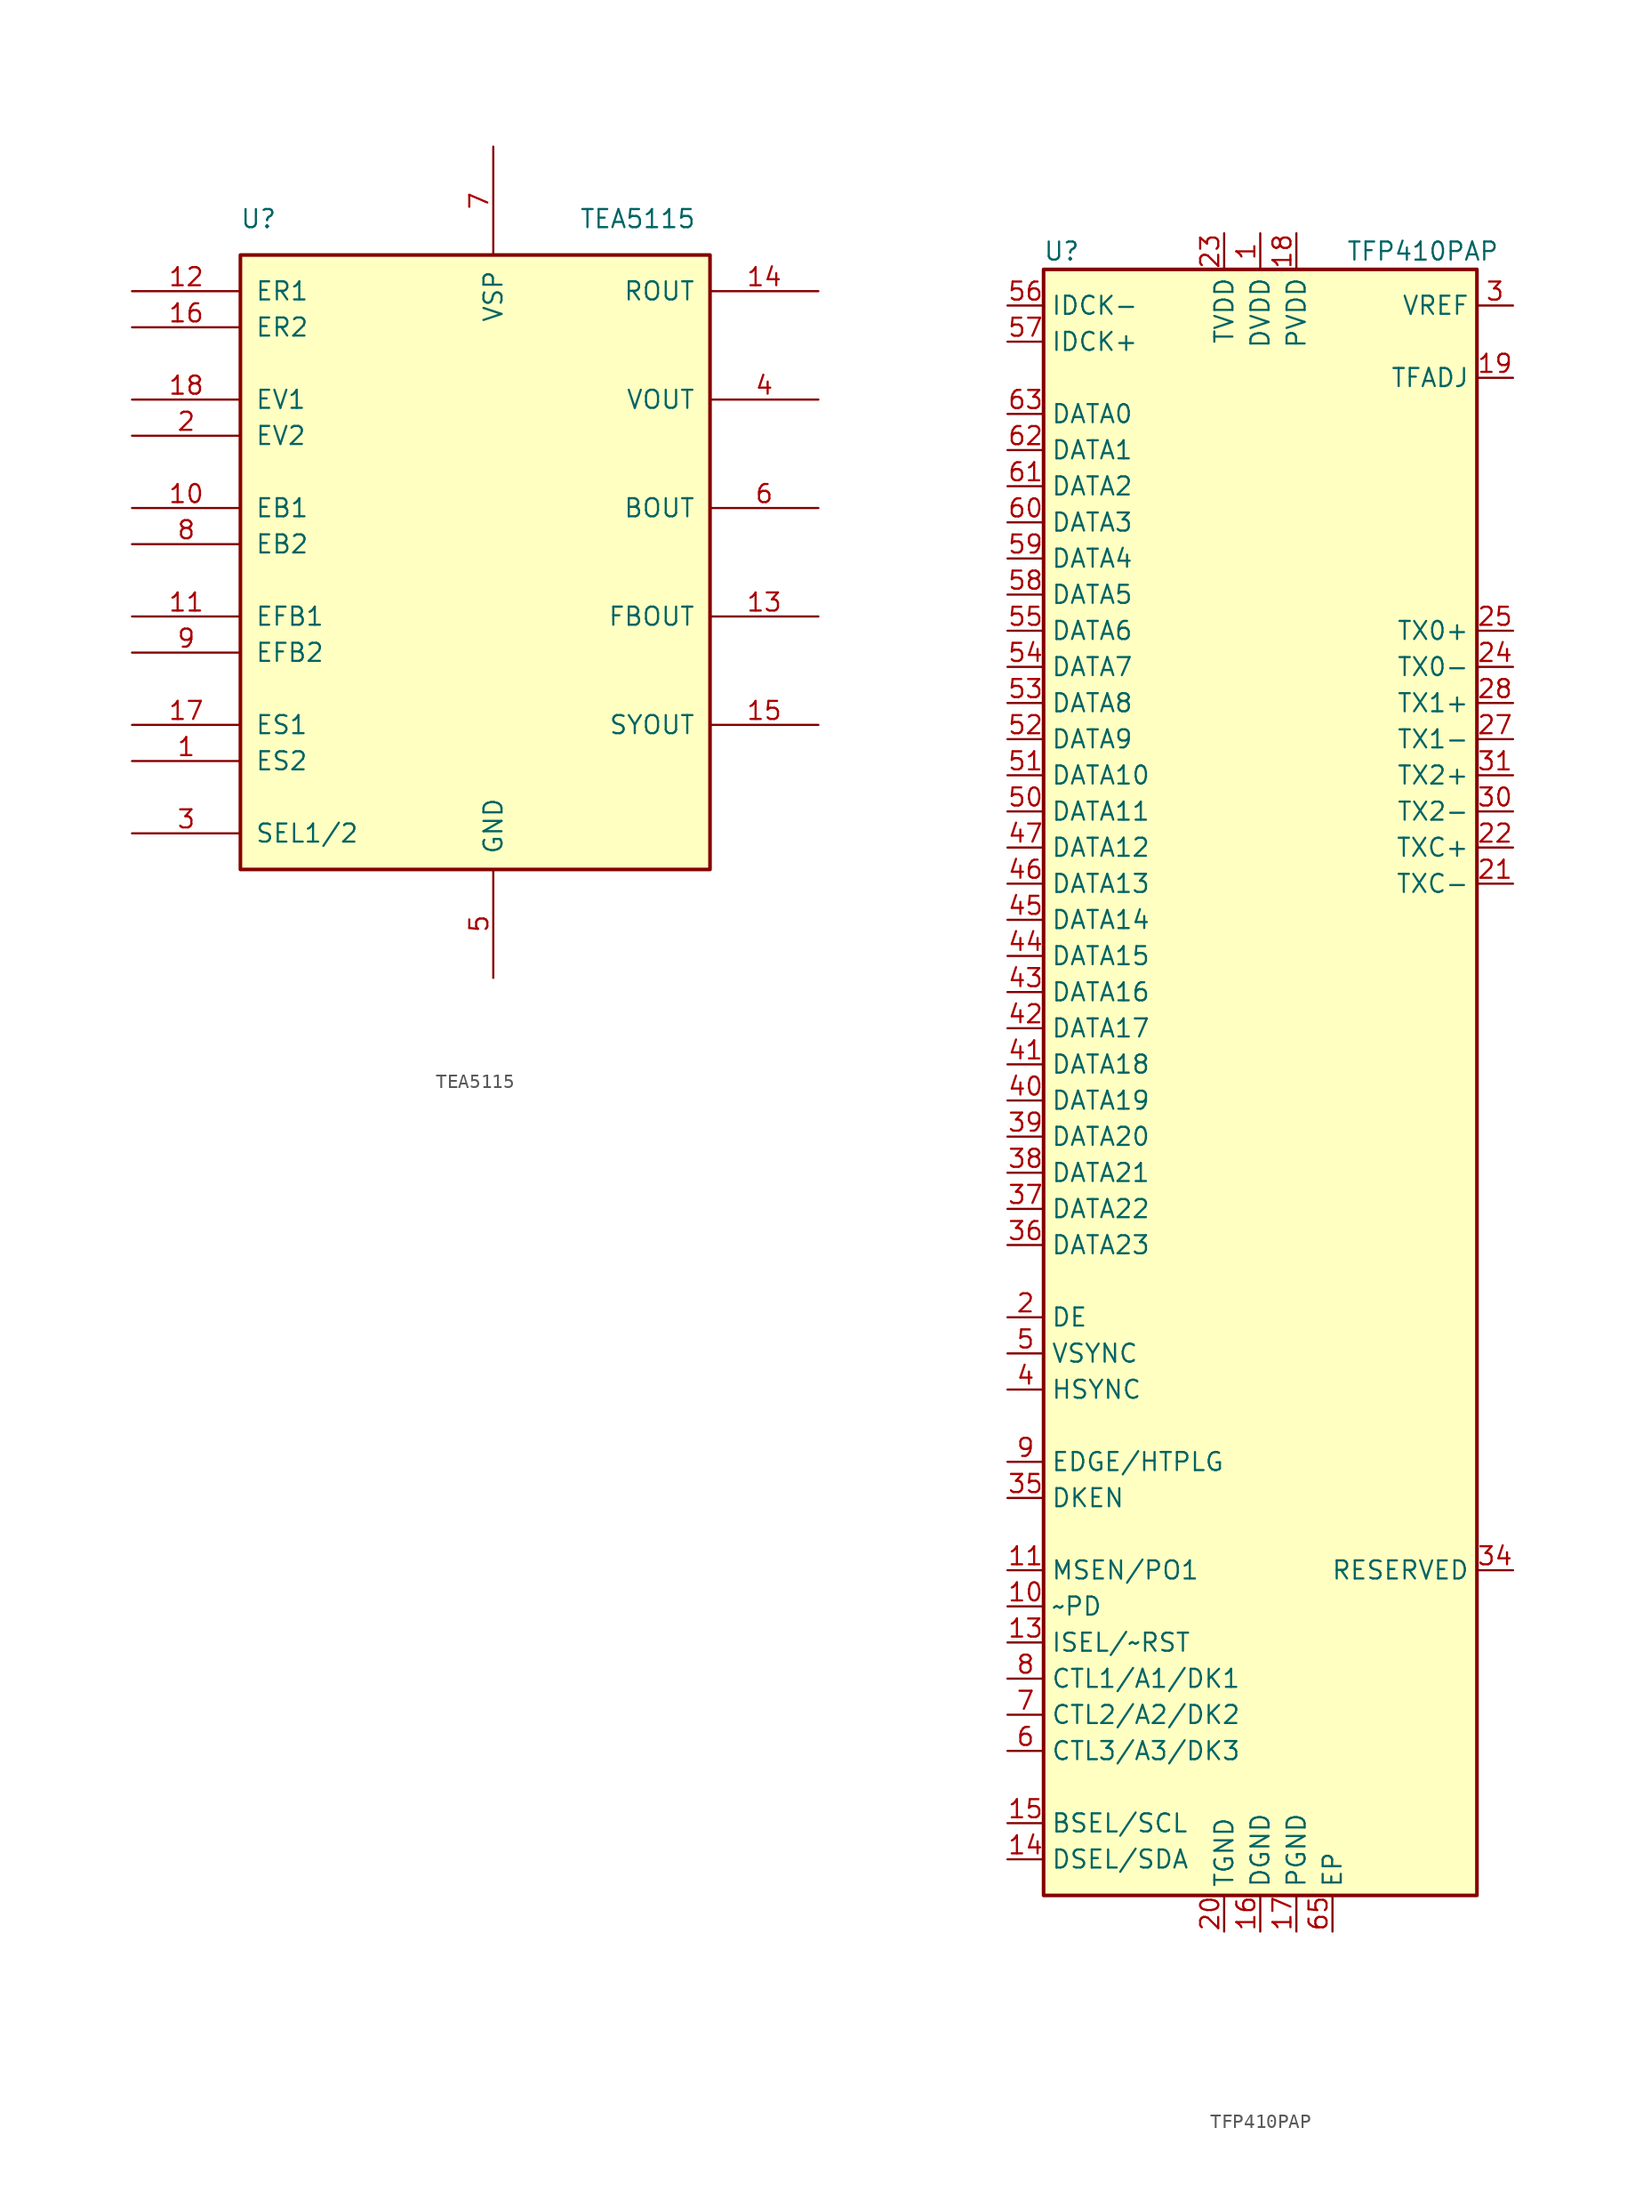
<source format=kicad_sym>
(kicad_symbol_lib
  (version 20210619)
  (generator kicad_symbol_editor)
  (symbol "Video:TEA5115"
    (pin_names
      (offset 1.016))
    (property "Reference" "U"
      (at -16.51 22.86 0)
      (effects (font (size 1.27 1.27))))
    (property "Value" "TEA5115"
      (at 10.16 22.86 0)
      (effects (font (size 1.27 1.27))))
    (symbol "TEA5115_0_1"
      (rectangle (start -17.78 -22.86) (end 15.24 20.32) (stroke (width 0.254)) (fill (type background))))
    (symbol "TEA5115_1_1"
      (pin input line (at -25.4 -15.24 0) (length 7.62) (name "ES2" (effects (font (size 1.27 1.27)))) (number "1" (effects (font (size 1.27 1.27)))))
      (pin input line (at -25.4 2.54 0) (length 7.62) (name "EB1" (effects (font (size 1.27 1.27)))) (number "10" (effects (font (size 1.27 1.27)))))
      (pin input line (at -25.4 -5.08 0) (length 7.62) (name "EFB1" (effects (font (size 1.27 1.27)))) (number "11" (effects (font (size 1.27 1.27)))))
      (pin input line (at -25.4 17.78 0) (length 7.62) (name "ER1" (effects (font (size 1.27 1.27)))) (number "12" (effects (font (size 1.27 1.27)))))
      (pin output line (at 22.86 -5.08 180) (length 7.62) (name "FBOUT" (effects (font (size 1.27 1.27)))) (number "13" (effects (font (size 1.27 1.27)))))
      (pin output line (at 22.86 17.78 180) (length 7.62) (name "ROUT" (effects (font (size 1.27 1.27)))) (number "14" (effects (font (size 1.27 1.27)))))
      (pin output line (at 22.86 -12.7 180) (length 7.62) (name "SYOUT" (effects (font (size 1.27 1.27)))) (number "15" (effects (font (size 1.27 1.27)))))
      (pin input line (at -25.4 15.24 0) (length 7.62) (name "ER2" (effects (font (size 1.27 1.27)))) (number "16" (effects (font (size 1.27 1.27)))))
      (pin input line (at -25.4 -12.7 0) (length 7.62) (name "ES1" (effects (font (size 1.27 1.27)))) (number "17" (effects (font (size 1.27 1.27)))))
      (pin input line (at -25.4 10.16 0) (length 7.62) (name "EV1" (effects (font (size 1.27 1.27)))) (number "18" (effects (font (size 1.27 1.27)))))
      (pin input line (at -25.4 7.62 0) (length 7.62) (name "EV2" (effects (font (size 1.27 1.27)))) (number "2" (effects (font (size 1.27 1.27)))))
      (pin input line (at -25.4 -20.32 0) (length 7.62) (name "SEL1/2" (effects (font (size 1.27 1.27)))) (number "3" (effects (font (size 1.27 1.27)))))
      (pin output line (at 22.86 10.16 180) (length 7.62) (name "VOUT" (effects (font (size 1.27 1.27)))) (number "4" (effects (font (size 1.27 1.27)))))
      (pin power_in line (at 0 -30.48 90) (length 7.62) (name "GND" (effects (font (size 1.27 1.27)))) (number "5" (effects (font (size 1.27 1.27)))))
      (pin output line (at 22.86 2.54 180) (length 7.62) (name "BOUT" (effects (font (size 1.27 1.27)))) (number "6" (effects (font (size 1.27 1.27)))))
      (pin input line (at 0 27.94 270) (length 7.62) (name "VSP" (effects (font (size 1.27 1.27)))) (number "7" (effects (font (size 1.27 1.27)))))
      (pin input line (at -25.4 0 0) (length 7.62) (name "EB2" (effects (font (size 1.27 1.27)))) (number "8" (effects (font (size 1.27 1.27)))))
      (pin input line (at -25.4 -7.62 0) (length 7.62) (name "EFB2" (effects (font (size 1.27 1.27)))) (number "9" (effects (font (size 1.27 1.27)))))))
  (symbol "Video:TFP410PAP"
    (property "Reference" "U"
      (at -13.97 57.15 0)
      (effects (font (size 1.27 1.27))))
    (property "Value" "TFP410PAP"
      (at 11.43 57.15 0)
      (effects (font (size 1.27 1.27))))
    (symbol "TFP410PAP_0_1"
      (rectangle (start -15.24 55.88) (end 15.24 -58.42) (stroke (width 0.254)) (fill (type background))))
    (symbol "TFP410PAP_1_1"
      (pin power_in line (at 0 58.42 270) (length 2.54) (name "DVDD" (effects (font (size 1.27 1.27)))) (number "1" (effects (font (size 1.27 1.27)))))
      (pin input line (at -17.78 -38.1 0) (length 2.54) (name "~PD" (effects (font (size 1.27 1.27)))) (number "10" (effects (font (size 1.27 1.27)))))
      (pin output line (at -17.78 -35.56 0) (length 2.54) (name "MSEN/PO1" (effects (font (size 1.27 1.27)))) (number "11" (effects (font (size 1.27 1.27)))))
      (pin passive line (at 0 58.42 270) (length 2.54) hide (name "DVDD" (effects (font (size 1.27 1.27)))) (number "12" (effects (font (size 1.27 1.27)))))
      (pin input line (at -17.78 -40.64 0) (length 2.54) (name "ISEL/~RST" (effects (font (size 1.27 1.27)))) (number "13" (effects (font (size 1.27 1.27)))))
      (pin bidirectional line (at -17.78 -55.88 0) (length 2.54) (name "DSEL/SDA" (effects (font (size 1.27 1.27)))) (number "14" (effects (font (size 1.27 1.27)))))
      (pin input line (at -17.78 -53.34 0) (length 2.54) (name "BSEL/SCL" (effects (font (size 1.27 1.27)))) (number "15" (effects (font (size 1.27 1.27)))))
      (pin power_in line (at 0 -60.96 90) (length 2.54) (name "DGND" (effects (font (size 1.27 1.27)))) (number "16" (effects (font (size 1.27 1.27)))))
      (pin power_in line (at 2.54 -60.96 90) (length 2.54) (name "PGND" (effects (font (size 1.27 1.27)))) (number "17" (effects (font (size 1.27 1.27)))))
      (pin power_in line (at 2.54 58.42 270) (length 2.54) (name "PVDD" (effects (font (size 1.27 1.27)))) (number "18" (effects (font (size 1.27 1.27)))))
      (pin input line (at 17.78 48.26 180) (length 2.54) (name "TFADJ" (effects (font (size 1.27 1.27)))) (number "19" (effects (font (size 1.27 1.27)))))
      (pin input line (at -17.78 -17.78 0) (length 2.54) (name "DE" (effects (font (size 1.27 1.27)))) (number "2" (effects (font (size 1.27 1.27)))))
      (pin power_in line (at -2.54 -60.96 90) (length 2.54) (name "TGND" (effects (font (size 1.27 1.27)))) (number "20" (effects (font (size 1.27 1.27)))))
      (pin output line (at 17.78 12.7 180) (length 2.54) (name "TXC-" (effects (font (size 1.27 1.27)))) (number "21" (effects (font (size 1.27 1.27)))))
      (pin output line (at 17.78 15.24 180) (length 2.54) (name "TXC+" (effects (font (size 1.27 1.27)))) (number "22" (effects (font (size 1.27 1.27)))))
      (pin power_in line (at -2.54 58.42 270) (length 2.54) (name "TVDD" (effects (font (size 1.27 1.27)))) (number "23" (effects (font (size 1.27 1.27)))))
      (pin output line (at 17.78 27.94 180) (length 2.54) (name "TX0-" (effects (font (size 1.27 1.27)))) (number "24" (effects (font (size 1.27 1.27)))))
      (pin output line (at 17.78 30.48 180) (length 2.54) (name "TX0+" (effects (font (size 1.27 1.27)))) (number "25" (effects (font (size 1.27 1.27)))))
      (pin passive line (at -2.54 -60.96 90) (length 2.54) hide (name "TGND" (effects (font (size 1.27 1.27)))) (number "26" (effects (font (size 1.27 1.27)))))
      (pin output line (at 17.78 22.86 180) (length 2.54) (name "TX1-" (effects (font (size 1.27 1.27)))) (number "27" (effects (font (size 1.27 1.27)))))
      (pin output line (at 17.78 25.4 180) (length 2.54) (name "TX1+" (effects (font (size 1.27 1.27)))) (number "28" (effects (font (size 1.27 1.27)))))
      (pin passive line (at -2.54 58.42 270) (length 2.54) hide (name "TVDD" (effects (font (size 1.27 1.27)))) (number "29" (effects (font (size 1.27 1.27)))))
      (pin input line (at 17.78 53.34 180) (length 2.54) (name "VREF" (effects (font (size 1.27 1.27)))) (number "3" (effects (font (size 1.27 1.27)))))
      (pin output line (at 17.78 17.78 180) (length 2.54) (name "TX2-" (effects (font (size 1.27 1.27)))) (number "30" (effects (font (size 1.27 1.27)))))
      (pin output line (at 17.78 20.32 180) (length 2.54) (name "TX2+" (effects (font (size 1.27 1.27)))) (number "31" (effects (font (size 1.27 1.27)))))
      (pin passive line (at -2.54 -60.96 90) (length 2.54) hide (name "TGND" (effects (font (size 1.27 1.27)))) (number "32" (effects (font (size 1.27 1.27)))))
      (pin passive line (at 0 58.42 270) (length 2.54) hide (name "DVDD" (effects (font (size 1.27 1.27)))) (number "33" (effects (font (size 1.27 1.27)))))
      (pin input line (at 17.78 -35.56 180) (length 2.54) (name "RESERVED" (effects (font (size 1.27 1.27)))) (number "34" (effects (font (size 1.27 1.27)))))
      (pin input line (at -17.78 -30.48 0) (length 2.54) (name "DKEN" (effects (font (size 1.27 1.27)))) (number "35" (effects (font (size 1.27 1.27)))))
      (pin input line (at -17.78 -12.7 0) (length 2.54) (name "DATA23" (effects (font (size 1.27 1.27)))) (number "36" (effects (font (size 1.27 1.27)))))
      (pin input line (at -17.78 -10.16 0) (length 2.54) (name "DATA22" (effects (font (size 1.27 1.27)))) (number "37" (effects (font (size 1.27 1.27)))))
      (pin input line (at -17.78 -7.62 0) (length 2.54) (name "DATA21" (effects (font (size 1.27 1.27)))) (number "38" (effects (font (size 1.27 1.27)))))
      (pin input line (at -17.78 -5.08 0) (length 2.54) (name "DATA20" (effects (font (size 1.27 1.27)))) (number "39" (effects (font (size 1.27 1.27)))))
      (pin input line (at -17.78 -22.86 0) (length 2.54) (name "HSYNC" (effects (font (size 1.27 1.27)))) (number "4" (effects (font (size 1.27 1.27)))))
      (pin input line (at -17.78 -2.54 0) (length 2.54) (name "DATA19" (effects (font (size 1.27 1.27)))) (number "40" (effects (font (size 1.27 1.27)))))
      (pin input line (at -17.78 0 0) (length 2.54) (name "DATA18" (effects (font (size 1.27 1.27)))) (number "41" (effects (font (size 1.27 1.27)))))
      (pin input line (at -17.78 2.54 0) (length 2.54) (name "DATA17" (effects (font (size 1.27 1.27)))) (number "42" (effects (font (size 1.27 1.27)))))
      (pin input line (at -17.78 5.08 0) (length 2.54) (name "DATA16" (effects (font (size 1.27 1.27)))) (number "43" (effects (font (size 1.27 1.27)))))
      (pin input line (at -17.78 7.62 0) (length 2.54) (name "DATA15" (effects (font (size 1.27 1.27)))) (number "44" (effects (font (size 1.27 1.27)))))
      (pin input line (at -17.78 10.16 0) (length 2.54) (name "DATA14" (effects (font (size 1.27 1.27)))) (number "45" (effects (font (size 1.27 1.27)))))
      (pin input line (at -17.78 12.7 0) (length 2.54) (name "DATA13" (effects (font (size 1.27 1.27)))) (number "46" (effects (font (size 1.27 1.27)))))
      (pin input line (at -17.78 15.24 0) (length 2.54) (name "DATA12" (effects (font (size 1.27 1.27)))) (number "47" (effects (font (size 1.27 1.27)))))
      (pin passive line (at 0 -60.96 90) (length 2.54) hide (name "DGND" (effects (font (size 1.27 1.27)))) (number "48" (effects (font (size 1.27 1.27)))))
      (pin no_connect line (at 15.24 -33.02 180) (length 2.54) hide (name "NC" (effects (font (size 1.27 1.27)))) (number "49" (effects (font (size 1.27 1.27)))))
      (pin input line (at -17.78 -20.32 0) (length 2.54) (name "VSYNC" (effects (font (size 1.27 1.27)))) (number "5" (effects (font (size 1.27 1.27)))))
      (pin input line (at -17.78 17.78 0) (length 2.54) (name "DATA11" (effects (font (size 1.27 1.27)))) (number "50" (effects (font (size 1.27 1.27)))))
      (pin input line (at -17.78 20.32 0) (length 2.54) (name "DATA10" (effects (font (size 1.27 1.27)))) (number "51" (effects (font (size 1.27 1.27)))))
      (pin input line (at -17.78 22.86 0) (length 2.54) (name "DATA9" (effects (font (size 1.27 1.27)))) (number "52" (effects (font (size 1.27 1.27)))))
      (pin input line (at -17.78 25.4 0) (length 2.54) (name "DATA8" (effects (font (size 1.27 1.27)))) (number "53" (effects (font (size 1.27 1.27)))))
      (pin input line (at -17.78 27.94 0) (length 2.54) (name "DATA7" (effects (font (size 1.27 1.27)))) (number "54" (effects (font (size 1.27 1.27)))))
      (pin input line (at -17.78 30.48 0) (length 2.54) (name "DATA6" (effects (font (size 1.27 1.27)))) (number "55" (effects (font (size 1.27 1.27)))))
      (pin input line (at -17.78 53.34 0) (length 2.54) (name "IDCK-" (effects (font (size 1.27 1.27)))) (number "56" (effects (font (size 1.27 1.27)))))
      (pin input line (at -17.78 50.8 0) (length 2.54) (name "IDCK+" (effects (font (size 1.27 1.27)))) (number "57" (effects (font (size 1.27 1.27)))))
      (pin input line (at -17.78 33.02 0) (length 2.54) (name "DATA5" (effects (font (size 1.27 1.27)))) (number "58" (effects (font (size 1.27 1.27)))))
      (pin input line (at -17.78 35.56 0) (length 2.54) (name "DATA4" (effects (font (size 1.27 1.27)))) (number "59" (effects (font (size 1.27 1.27)))))
      (pin input line (at -17.78 -48.26 0) (length 2.54) (name "CTL3/A3/DK3" (effects (font (size 1.27 1.27)))) (number "6" (effects (font (size 1.27 1.27)))))
      (pin input line (at -17.78 38.1 0) (length 2.54) (name "DATA3" (effects (font (size 1.27 1.27)))) (number "60" (effects (font (size 1.27 1.27)))))
      (pin input line (at -17.78 40.64 0) (length 2.54) (name "DATA2" (effects (font (size 1.27 1.27)))) (number "61" (effects (font (size 1.27 1.27)))))
      (pin input line (at -17.78 43.18 0) (length 2.54) (name "DATA1" (effects (font (size 1.27 1.27)))) (number "62" (effects (font (size 1.27 1.27)))))
      (pin input line (at -17.78 45.72 0) (length 2.54) (name "DATA0" (effects (font (size 1.27 1.27)))) (number "63" (effects (font (size 1.27 1.27)))))
      (pin passive line (at 0 -60.96 90) (length 2.54) hide (name "DGND" (effects (font (size 1.27 1.27)))) (number "64" (effects (font (size 1.27 1.27)))))
      (pin power_in line (at 5.08 -60.96 90) (length 2.54) (name "EP" (effects (font (size 1.27 1.27)))) (number "65" (effects (font (size 1.27 1.27)))))
      (pin input line (at -17.78 -45.72 0) (length 2.54) (name "CTL2/A2/DK2" (effects (font (size 1.27 1.27)))) (number "7" (effects (font (size 1.27 1.27)))))
      (pin input line (at -17.78 -43.18 0) (length 2.54) (name "CTL1/A1/DK1" (effects (font (size 1.27 1.27)))) (number "8" (effects (font (size 1.27 1.27)))))
      (pin input line (at -17.78 -27.94 0) (length 2.54) (name "EDGE/HTPLG" (effects (font (size 1.27 1.27)))) (number "9" (effects (font (size 1.27 1.27))))))))
</source>
